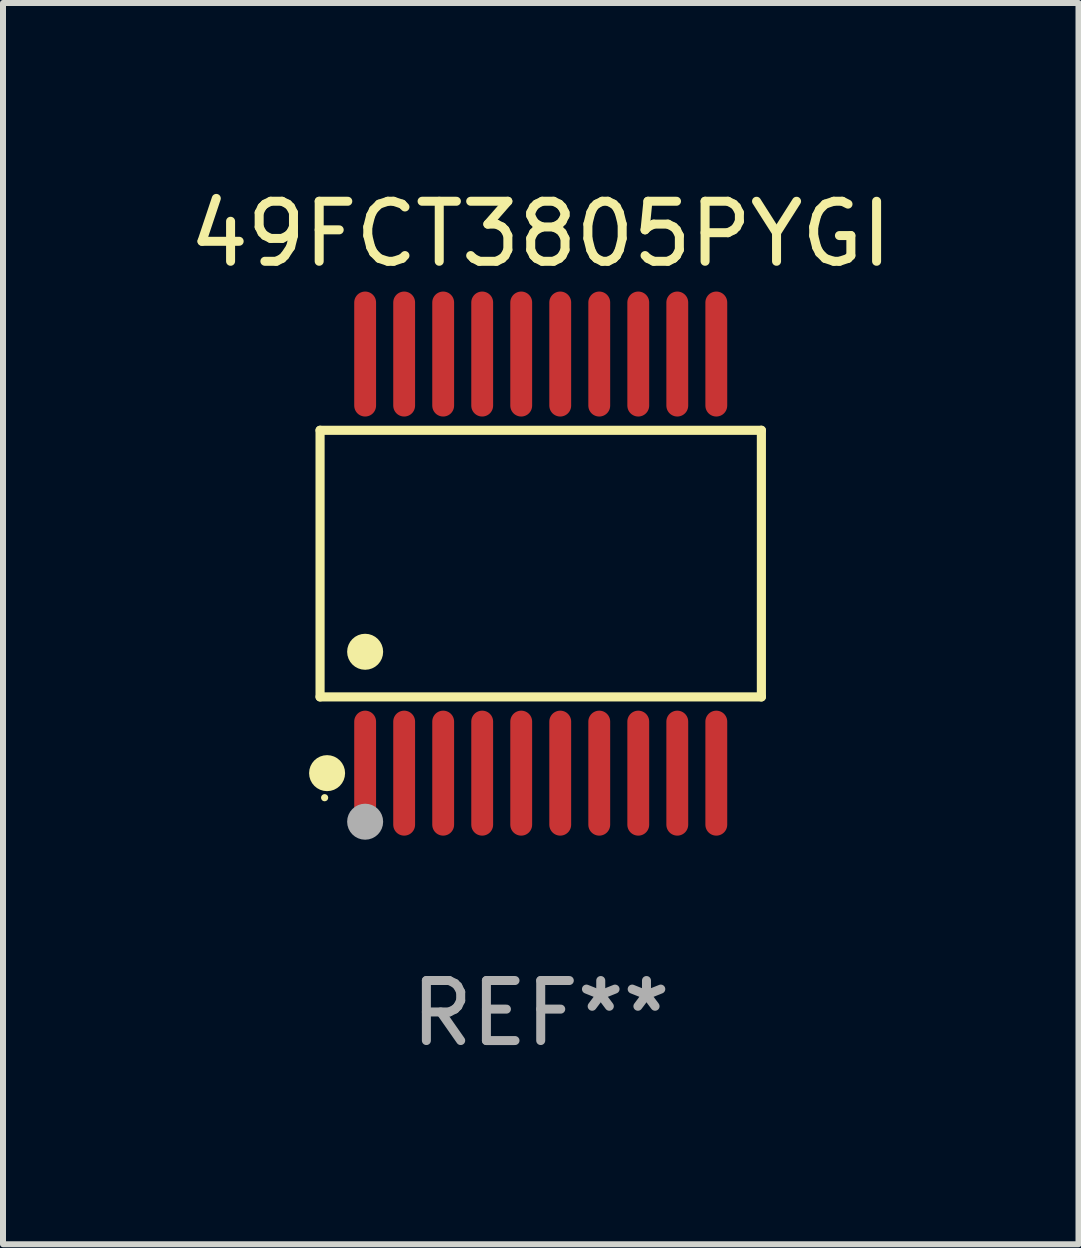
<source format=kicad_pcb>
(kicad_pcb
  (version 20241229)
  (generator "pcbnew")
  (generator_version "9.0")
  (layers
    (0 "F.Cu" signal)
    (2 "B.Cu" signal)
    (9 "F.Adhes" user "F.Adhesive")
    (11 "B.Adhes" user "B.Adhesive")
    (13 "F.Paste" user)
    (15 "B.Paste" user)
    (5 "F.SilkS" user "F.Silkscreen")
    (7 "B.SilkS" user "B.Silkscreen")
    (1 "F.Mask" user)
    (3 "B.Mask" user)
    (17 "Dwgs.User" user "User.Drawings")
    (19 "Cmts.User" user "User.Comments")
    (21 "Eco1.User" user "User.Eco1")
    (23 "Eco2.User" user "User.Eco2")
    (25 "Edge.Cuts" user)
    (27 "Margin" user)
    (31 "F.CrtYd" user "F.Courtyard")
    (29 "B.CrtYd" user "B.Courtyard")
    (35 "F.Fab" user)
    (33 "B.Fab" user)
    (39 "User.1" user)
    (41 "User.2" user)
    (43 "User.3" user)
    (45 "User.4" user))
  (footprint "49FCT3805PYGI"
    (layer "F.Cu")
    (at 5.958 6.339)
    (property "Reference" "49FCT3805PYGI" (at 0 -5.491 0) (layer "F.SilkS") (effects (font (size 1 1) (thickness 0.15))))
    (attr through_hole)
    (fp_line (start -3.676 -2.221) (end 3.676 -2.221) (stroke (width 0.152) (type solid)) (layer "F.SilkS"))
    (fp_line (start -3.676 2.221) (end -3.676 -2.221) (stroke (width 0.152) (type solid)) (layer "F.SilkS"))
    (fp_line (start 3.676 -2.221) (end 3.676 2.221) (stroke (width 0.152) (type solid)) (layer "F.SilkS"))
    (fp_line (start 3.676 2.221) (end -3.676 2.221) (stroke (width 0.152) (type solid)) (layer "F.SilkS"))
    (fp_circle (center -3.6 3.9) (end -3.57 3.9) (stroke (width 0.06) (type solid)) (fill no) (layer "F.SilkS"))
    (fp_circle (center -3.559 3.491) (end -3.409 3.491) (stroke (width 0.3) (type solid)) (fill no) (layer "F.SilkS"))
    (fp_circle (center -2.925 1.469) (end -2.775 1.469) (stroke (width 0.3) (type solid)) (fill no) (layer "F.SilkS"))
    (fp_circle (center -2.925 4.3) (end -2.775 4.3) (stroke (width 0.3) (type solid)) (fill no) (layer "F.Fab"))
    (fp_text user "REF**" (at 0 7.491 0) (layer "F.Fab") (effects (font (size 1 1) (thickness 0.15))))
    (pad "1" smd oval (at -2.925 3.491) (size 0.364 2.082) (layers "F.Cu" "F.Mask" "F.Paste"))
    (pad "2" smd oval (at -2.275 3.491) (size 0.364 2.082) (layers "F.Cu" "F.Mask" "F.Paste"))
    (pad "3" smd oval (at -1.625 3.491) (size 0.364 2.082) (layers "F.Cu" "F.Mask" "F.Paste"))
    (pad "4" smd oval (at -0.975 3.491) (size 0.364 2.082) (layers "F.Cu" "F.Mask" "F.Paste"))
    (pad "5" smd oval (at -0.325 3.491) (size 0.364 2.082) (layers "F.Cu" "F.Mask" "F.Paste"))
    (pad "6" smd oval (at 0.325 3.491) (size 0.364 2.082) (layers "F.Cu" "F.Mask" "F.Paste"))
    (pad "7" smd oval (at 0.975 3.491) (size 0.364 2.082) (layers "F.Cu" "F.Mask" "F.Paste"))
    (pad "8" smd oval (at 1.625 3.491) (size 0.364 2.082) (layers "F.Cu" "F.Mask" "F.Paste"))
    (pad "9" smd oval (at 2.275 3.491) (size 0.364 2.082) (layers "F.Cu" "F.Mask" "F.Paste"))
    (pad "10" smd oval (at 2.925 3.491) (size 0.364 2.082) (layers "F.Cu" "F.Mask" "F.Paste"))
    (pad "11" smd oval (at 2.925 -3.491) (size 0.364 2.082) (layers "F.Cu" "F.Mask" "F.Paste"))
    (pad "12" smd oval (at 2.275 -3.491) (size 0.364 2.082) (layers "F.Cu" "F.Mask" "F.Paste"))
    (pad "13" smd oval (at 1.625 -3.491) (size 0.364 2.082) (layers "F.Cu" "F.Mask" "F.Paste"))
    (pad "14" smd oval (at 0.975 -3.491) (size 0.364 2.082) (layers "F.Cu" "F.Mask" "F.Paste"))
    (pad "15" smd oval (at 0.325 -3.491) (size 0.364 2.082) (layers "F.Cu" "F.Mask" "F.Paste"))
    (pad "16" smd oval (at -0.325 -3.491) (size 0.364 2.082) (layers "F.Cu" "F.Mask" "F.Paste"))
    (pad "17" smd oval (at -0.975 -3.491) (size 0.364 2.082) (layers "F.Cu" "F.Mask" "F.Paste"))
    (pad "18" smd oval (at -1.625 -3.491) (size 0.364 2.082) (layers "F.Cu" "F.Mask" "F.Paste"))
    (pad "19" smd oval (at -2.275 -3.491) (size 0.364 2.082) (layers "F.Cu" "F.Mask" "F.Paste"))
    (pad "20" smd oval (at -2.925 -3.491) (size 0.364 2.082) (layers "F.Cu" "F.Mask" "F.Paste")))
  (gr_rect
    (start -3 -3)
    (end 14.917 17.678)
    (stroke (width 0.1) (type default))
    (fill no)
    (layer "Edge.Cuts")))
</source>
